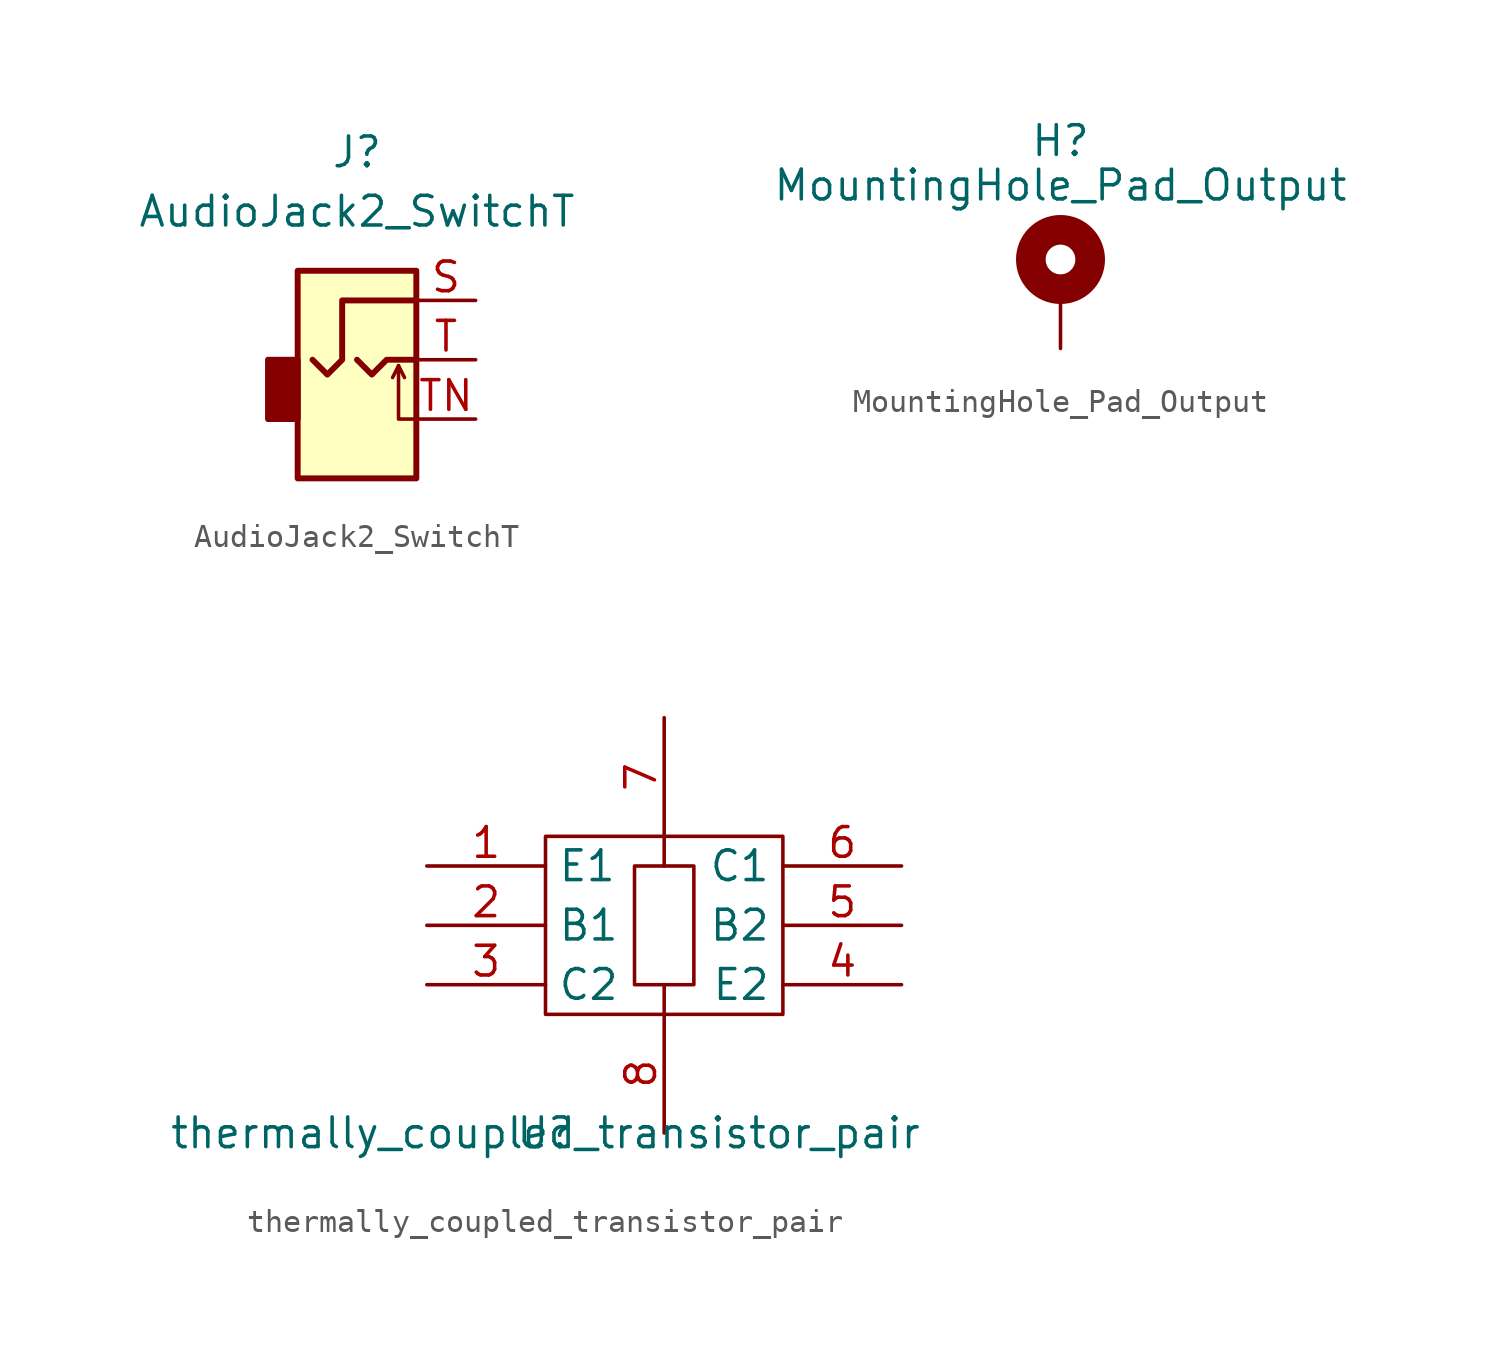
<source format=kicad_sym>
(kicad_symbol_lib
  (version 20220914)
  (generator kicad_symbol_editor)
  (symbol "AudioJack2_SwitchT"
    (property "Reference" "J"
      (at 0 8.89 0)
      (effects (font (size 1.27 1.27))))
    (property "Value" "AudioJack2_SwitchT"
      (at 0 6.35 0)
      (effects (font (size 1.27 1.27))))
    (symbol "AudioJack2_SwitchT_0_1"
      (rectangle (start -2.54 0) (end -3.81 -2.54) (stroke (width 0.254) (type default)) (fill (type outline)))
      (rectangle (start -2.54 3.81) (end 2.54 -5.08) (stroke (width 0.254) (type default)) (fill (type background)))
      (polyline (pts (xy 1.778 -0.254) (xy 2.032 -0.762)) (stroke (width 0) (type default)) (fill (type none)))
      (polyline (pts (xy 0 0) (xy 0.635 -0.635) (xy 1.27 0) (xy 2.54 0)) (stroke (width 0.254) (type default)) (fill (type none)))
      (polyline (pts (xy 2.54 -2.54) (xy 1.778 -2.54) (xy 1.778 -0.254) (xy 1.524 -0.762)) (stroke (width 0) (type default)) (fill (type none)))
      (polyline (pts (xy 2.54 2.54) (xy -0.635 2.54) (xy -0.635 0) (xy -1.27 -0.635) (xy -1.905 0)) (stroke (width 0.254) (type default)) (fill (type none))))
    (symbol "AudioJack2_SwitchT_1_1"
      (pin passive line (at 5.08 2.54 180) (length 2.54) (name "~" (effects (font (size 1.27 1.27)))) (number "S" (effects (font (size 1.27 1.27)))))
      (pin passive line (at 5.08 0 180) (length 2.54) (name "~" (effects (font (size 1.27 1.27)))) (number "T" (effects (font (size 1.27 1.27)))))
      (pin passive line (at 5.08 -2.54 180) (length 2.54) (name "~" (effects (font (size 1.27 1.27)))) (number "TN" (effects (font (size 1.27 1.27)))))))
  (symbol "MountingHole_Pad_Output"
    (pin_numbers hide)
    (pin_names
      (offset 1.016) hide)
    (property "Reference" "H"
      (at 0 6.35 0)
      (effects (font (size 1.27 1.27))))
    (property "Value" "MountingHole_Pad_Output"
      (at 0 4.445 0)
      (effects (font (size 1.27 1.27))))
    (symbol "MountingHole_Pad_Output_0_1"
      (circle (center 0 1.27) (radius 1.27) (stroke (width 1.27) (type default)) (fill (type none))))
    (symbol "MountingHole_Pad_Output_1_1"
      (pin output line (at 0 -2.54 90) (length 2.54) (name "1" (effects (font (size 1.27 1.27)))) (number "1" (effects (font (size 1.27 1.27)))))))
  (symbol "thermally_coupled_transistor_pair"
    (property "Reference" "U"
      (at 0 0 0)
      (effects (font (size 1.27 1.27))))
    (property "Value" "thermally_coupled_transistor_pair"
      (at 0 0 0)
      (effects (font (size 1.27 1.27))))
    (symbol "thermally_coupled_transistor_pair_0_1"
      (polyline (pts (xy 5.08 6.35) (xy 5.08 5.08)) (stroke (width 0.152) (type default)) (fill (type none)))
      (polyline (pts (xy 5.08 12.7) (xy 5.08 11.43)) (stroke (width 0.152) (type default)) (fill (type none)))
      (rectangle (start 0 12.7) (end 10.16 5.08) (stroke (width 0.152) (type default)) (fill (type none)))
      (rectangle (start 3.81 11.43) (end 6.35 6.35) (stroke (width 0.152) (type default)) (fill (type none))))
    (symbol "thermally_coupled_transistor_pair_1_1"
      (pin input line (at -5.08 11.43 0) (length 5.08) (name "E1" (effects (font (size 1.27 1.27)))) (number "1" (effects (font (size 1.27 1.27)))))
      (pin input line (at -5.08 8.89 0) (length 5.08) (name "B1" (effects (font (size 1.27 1.27)))) (number "2" (effects (font (size 1.27 1.27)))))
      (pin output line (at -5.08 6.35 0) (length 5.08) (name "C2" (effects (font (size 1.27 1.27)))) (number "3" (effects (font (size 1.27 1.27)))))
      (pin input line (at 15.24 6.35 180) (length 5.08) (name "E2" (effects (font (size 1.27 1.27)))) (number "4" (effects (font (size 1.27 1.27)))))
      (pin input line (at 15.24 8.89 180) (length 5.08) (name "B2" (effects (font (size 1.27 1.27)))) (number "5" (effects (font (size 1.27 1.27)))))
      (pin output line (at 15.24 11.43 180) (length 5.08) (name "C1" (effects (font (size 1.27 1.27)))) (number "6" (effects (font (size 1.27 1.27)))))
      (pin passive line (at 5.08 17.78 270) (length 5.08) (name "" (effects (font (size 1.27 1.27)))) (number "7" (effects (font (size 1.27 1.27)))))
      (pin passive line (at 5.08 0 90) (length 5.08) (name "" (effects (font (size 1.27 1.27)))) (number "8" (effects (font (size 1.27 1.27))))))))
</source>
